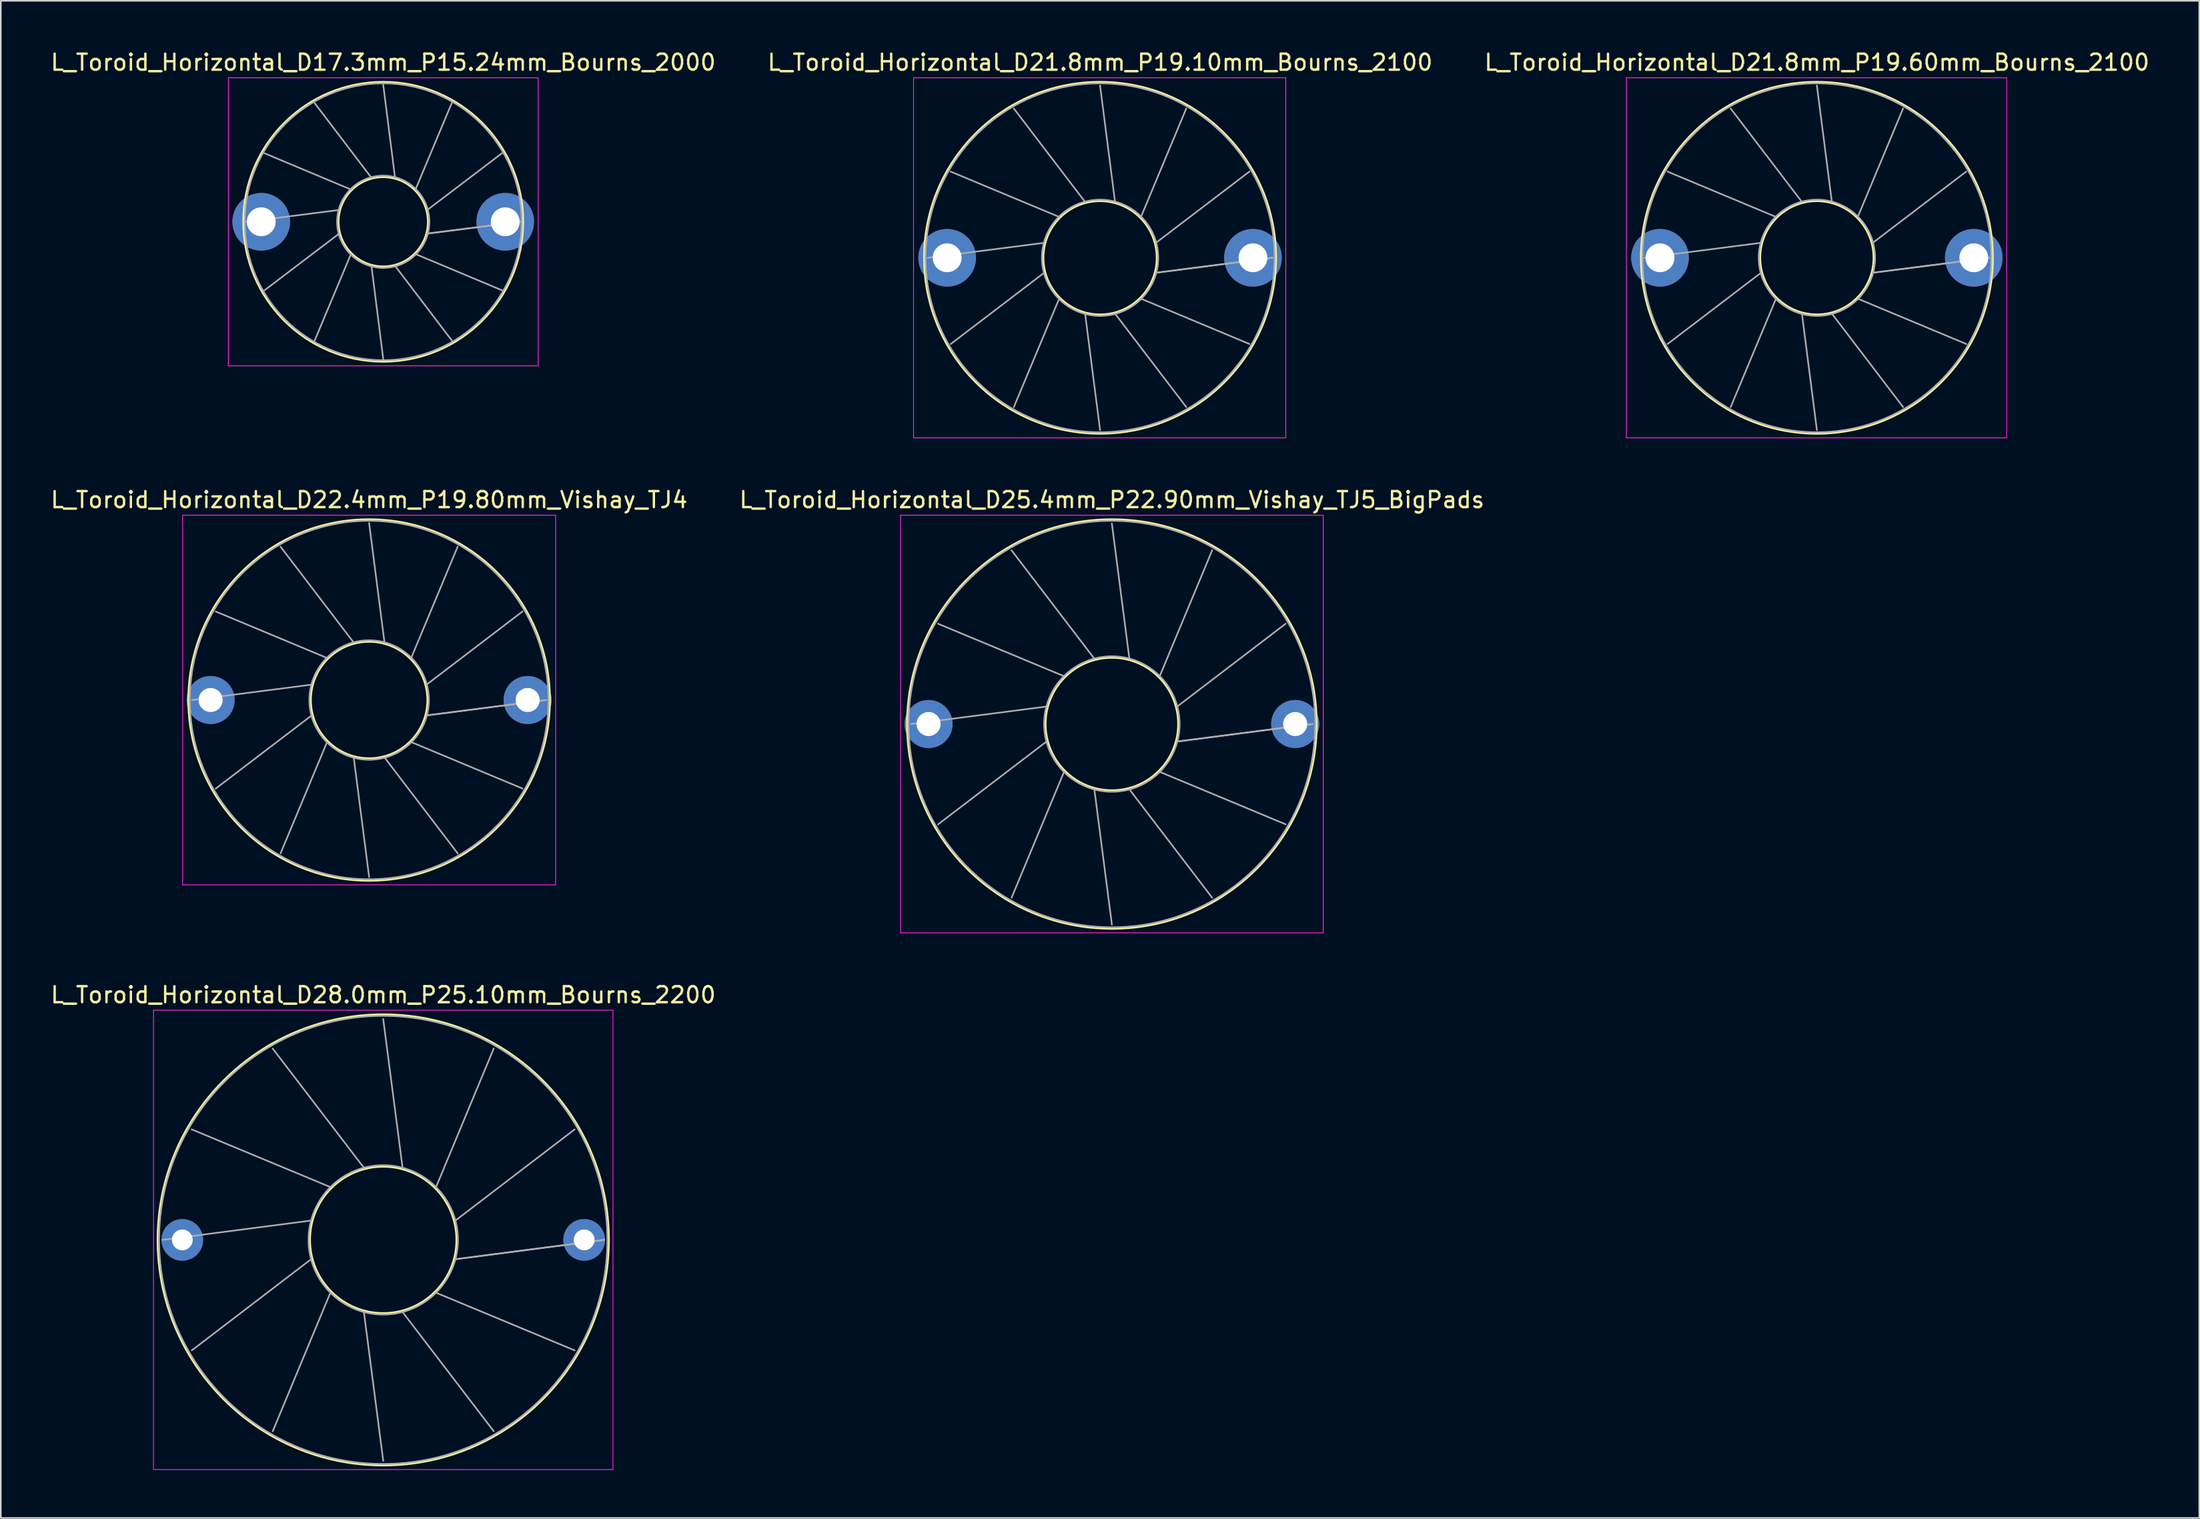
<source format=kicad_pcb>
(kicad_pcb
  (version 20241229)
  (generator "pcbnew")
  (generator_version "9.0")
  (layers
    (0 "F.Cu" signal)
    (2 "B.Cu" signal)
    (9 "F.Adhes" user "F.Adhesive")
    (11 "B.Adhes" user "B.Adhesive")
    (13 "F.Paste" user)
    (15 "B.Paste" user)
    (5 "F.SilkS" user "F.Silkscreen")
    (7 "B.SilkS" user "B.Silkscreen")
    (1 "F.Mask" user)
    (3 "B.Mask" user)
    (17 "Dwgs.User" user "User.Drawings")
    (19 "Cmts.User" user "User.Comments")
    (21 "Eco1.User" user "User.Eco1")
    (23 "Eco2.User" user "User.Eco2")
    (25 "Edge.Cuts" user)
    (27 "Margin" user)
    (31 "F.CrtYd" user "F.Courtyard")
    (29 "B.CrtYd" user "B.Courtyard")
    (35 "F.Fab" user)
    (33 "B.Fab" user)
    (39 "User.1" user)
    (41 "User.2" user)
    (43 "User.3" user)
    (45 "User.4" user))
  (footprint "L_Toroid_Horizontal_D25.4mm_P22.90mm_Vishay_TJ5_BigPads"
    (layer "F.Cu")
    (at 54.949 42.191)
    (property "Reference" "L_Toroid_Horizontal_D25.4mm_P22.90mm_Vishay_TJ5_BigPads" (at 11.45 -14.01 0) (layer "F.SilkS") (effects (font (size 1 1) (thickness 0.15))))
    (attr through_hole)
    (fp_circle (center 11.45 0) (end 15.593 0) (stroke (width 0.12) (type solid)) (fill no) (layer "F.SilkS"))
    (fp_circle (center 11.45 0) (end 24.24 0) (stroke (width 0.12) (type solid)) (fill no) (layer "F.SilkS"))
    (fp_line (start -1.75 -13.05) (end -1.75 13.05) (stroke (width 0.05) (type solid)) (layer "F.CrtYd"))
    (fp_line (start -1.75 13.05) (end 24.65 13.05) (stroke (width 0.05) (type solid)) (layer "F.CrtYd"))
    (fp_line (start 24.65 -13.05) (end -1.75 -13.05) (stroke (width 0.05) (type solid)) (layer "F.CrtYd"))
    (fp_line (start 24.65 13.05) (end 24.65 -13.05) (stroke (width 0.05) (type solid)) (layer "F.CrtYd"))
    (fp_line (start -1.084 0.001) (end 7.368 -1.093) (stroke (width 0.1) (type solid)) (layer "F.Fab"))
    (fp_line (start 0.594 -6.266) (end 8.461 -2.988) (stroke (width 0.1) (type solid)) (layer "F.Fab"))
    (fp_line (start 0.596 6.268) (end 7.368 1.094) (stroke (width 0.1) (type solid)) (layer "F.Fab"))
    (fp_line (start 5.182 -10.854) (end 10.356 -4.082) (stroke (width 0.1) (type solid)) (layer "F.Fab"))
    (fp_line (start 5.184 10.855) (end 8.462 2.989) (stroke (width 0.1) (type solid)) (layer "F.Fab"))
    (fp_line (start 11.448 -12.534) (end 12.543 -4.082) (stroke (width 0.1) (type solid)) (layer "F.Fab"))
    (fp_line (start 11.451 12.534) (end 10.356 4.082) (stroke (width 0.1) (type solid)) (layer "F.Fab"))
    (fp_line (start 17.715 -10.856) (end 14.438 -2.989) (stroke (width 0.1) (type solid)) (layer "F.Fab"))
    (fp_line (start 17.717 10.855) (end 12.544 4.082) (stroke (width 0.1) (type solid)) (layer "F.Fab"))
    (fp_line (start 22.304 -6.269) (end 15.532 -1.095) (stroke (width 0.1) (type solid)) (layer "F.Fab"))
    (fp_line (start 22.305 6.267) (end 14.438 2.988) (stroke (width 0.1) (type solid)) (layer "F.Fab"))
    (fp_line (start 23.984 -0.002) (end 15.532 1.093) (stroke (width 0.1) (type solid)) (layer "F.Fab"))
    (fp_line (start 23.984 0) (end 15.532 1.094) (stroke (width 0.1) (type solid)) (layer "F.Fab"))
    (fp_circle (center 11.45 0) (end 15.683 0) (stroke (width 0.1) (type solid)) (fill no) (layer "F.Fab"))
    (fp_circle (center 11.45 0) (end 24.15 0) (stroke (width 0.1) (type solid)) (fill no) (layer "F.Fab"))
    (pad "1" thru_hole circle (at 0 0) (size 3 3) (drill 1.5) (layers "*.Cu" "*.Mask"))
    (pad "2" thru_hole circle (at 22.9 0) (size 3 3) (drill 1.5) (layers "*.Cu" "*.Mask")))
  (footprint "L_Toroid_Horizontal_D21.8mm_P19.10mm_Bourns_2100"
    (layer "F.Cu")
    (at 56.111 13.058)
    (property "Reference" "L_Toroid_Horizontal_D21.8mm_P19.10mm_Bourns_2100" (at 9.55 -12.21 0) (layer "F.SilkS") (effects (font (size 1 1) (thickness 0.15))))
    (attr through_hole)
    (fp_circle (center 9.55 0) (end 13.093 0) (stroke (width 0.12) (type solid)) (fill no) (layer "F.SilkS"))
    (fp_circle (center 9.55 0) (end 20.54 0) (stroke (width 0.12) (type solid)) (fill no) (layer "F.SilkS"))
    (fp_line (start -2.1 -11.25) (end -2.1 11.25) (stroke (width 0.05) (type solid)) (layer "F.CrtYd"))
    (fp_line (start -2.1 11.25) (end 21.15 11.25) (stroke (width 0.05) (type solid)) (layer "F.CrtYd"))
    (fp_line (start 21.15 -11.25) (end -2.1 -11.25) (stroke (width 0.05) (type solid)) (layer "F.CrtYd"))
    (fp_line (start 21.15 11.25) (end 21.15 -11.25) (stroke (width 0.05) (type solid)) (layer "F.CrtYd"))
    (fp_line (start -1.22 0.001) (end 6.059 -0.935) (stroke (width 0.1) (type solid)) (layer "F.Fab"))
    (fp_line (start 0.222 -5.384) (end 6.994 -2.555) (stroke (width 0.1) (type solid)) (layer "F.Fab"))
    (fp_line (start 0.223 5.386) (end 6.059 0.936) (stroke (width 0.1) (type solid)) (layer "F.Fab"))
    (fp_line (start 4.164 -9.327) (end 8.614 -3.491) (stroke (width 0.1) (type solid)) (layer "F.Fab"))
    (fp_line (start 4.165 9.328) (end 6.995 2.556) (stroke (width 0.1) (type solid)) (layer "F.Fab"))
    (fp_line (start 9.549 -10.77) (end 10.485 -3.491) (stroke (width 0.1) (type solid)) (layer "F.Fab"))
    (fp_line (start 9.55 10.77) (end 8.615 3.491) (stroke (width 0.1) (type solid)) (layer "F.Fab"))
    (fp_line (start 14.934 -9.328) (end 12.105 -2.556) (stroke (width 0.1) (type solid)) (layer "F.Fab"))
    (fp_line (start 14.935 9.327) (end 10.486 3.491) (stroke (width 0.1) (type solid)) (layer "F.Fab"))
    (fp_line (start 18.876 -5.387) (end 13.041 -0.936) (stroke (width 0.1) (type solid)) (layer "F.Fab"))
    (fp_line (start 18.877 5.385) (end 12.106 2.556) (stroke (width 0.1) (type solid)) (layer "F.Fab"))
    (fp_line (start 20.32 -0.002) (end 13.041 0.935) (stroke (width 0.1) (type solid)) (layer "F.Fab"))
    (fp_line (start 20.32 0) (end 13.041 0.935) (stroke (width 0.1) (type solid)) (layer "F.Fab"))
    (fp_circle (center 9.55 0) (end 13.183 0) (stroke (width 0.1) (type solid)) (fill no) (layer "F.Fab"))
    (fp_circle (center 9.55 0) (end 20.45 0) (stroke (width 0.1) (type solid)) (fill no) (layer "F.Fab"))
    (pad "1" thru_hole circle (at 0 0) (size 3.6 3.6) (drill 1.8) (layers "*.Cu" "*.Mask"))
    (pad "2" thru_hole circle (at 19.1 0) (size 3.6 3.6) (drill 1.8) (layers "*.Cu" "*.Mask")))
  (footprint "L_Toroid_Horizontal_D28.0mm_P25.10mm_Bourns_2200"
    (layer "F.Cu")
    (at 8.337 74.425)
    (property "Reference" "L_Toroid_Horizontal_D28.0mm_P25.10mm_Bourns_2200" (at 12.55 -15.31 0) (layer "F.SilkS") (effects (font (size 1 1) (thickness 0.15))))
    (attr through_hole)
    (fp_circle (center 12.55 0) (end 17.127 0) (stroke (width 0.12) (type solid)) (fill no) (layer "F.SilkS"))
    (fp_circle (center 12.55 0) (end 26.64 0) (stroke (width 0.12) (type solid)) (fill no) (layer "F.SilkS"))
    (fp_line (start -1.8 -14.35) (end -1.8 14.35) (stroke (width 0.05) (type solid)) (layer "F.CrtYd"))
    (fp_line (start -1.8 14.35) (end 26.9 14.35) (stroke (width 0.05) (type solid)) (layer "F.CrtYd"))
    (fp_line (start 26.9 -14.35) (end -1.8 -14.35) (stroke (width 0.05) (type solid)) (layer "F.CrtYd"))
    (fp_line (start 26.9 14.35) (end 26.9 -14.35) (stroke (width 0.05) (type solid)) (layer "F.CrtYd"))
    (fp_line (start -1.258 0.001) (end 8.041 -1.208) (stroke (width 0.1) (type solid)) (layer "F.Fab"))
    (fp_line (start 0.591 -6.903) (end 9.249 -3.301) (stroke (width 0.1) (type solid)) (layer "F.Fab"))
    (fp_line (start 0.592 6.905) (end 8.041 1.209) (stroke (width 0.1) (type solid)) (layer "F.Fab"))
    (fp_line (start 5.644 -11.957) (end 11.341 -4.509) (stroke (width 0.1) (type solid)) (layer "F.Fab"))
    (fp_line (start 5.647 11.959) (end 9.249 3.301) (stroke (width 0.1) (type solid)) (layer "F.Fab"))
    (fp_line (start 12.548 -13.808) (end 13.758 -4.509) (stroke (width 0.1) (type solid)) (layer "F.Fab"))
    (fp_line (start 12.551 13.808) (end 11.342 4.509) (stroke (width 0.1) (type solid)) (layer "F.Fab"))
    (fp_line (start 19.452 -11.959) (end 15.85 -3.301) (stroke (width 0.1) (type solid)) (layer "F.Fab"))
    (fp_line (start 19.454 11.958) (end 13.758 4.509) (stroke (width 0.1) (type solid)) (layer "F.Fab"))
    (fp_line (start 24.507 -6.906) (end 17.059 -1.209) (stroke (width 0.1) (type solid)) (layer "F.Fab"))
    (fp_line (start 24.508 6.904) (end 15.851 3.301) (stroke (width 0.1) (type solid)) (layer "F.Fab"))
    (fp_line (start 26.358 -0.003) (end 17.059 1.207) (stroke (width 0.1) (type solid)) (layer "F.Fab"))
    (fp_line (start 26.358 0) (end 17.059 1.208) (stroke (width 0.1) (type solid)) (layer "F.Fab"))
    (fp_circle (center 12.55 0) (end 17.217 0) (stroke (width 0.1) (type solid)) (fill no) (layer "F.Fab"))
    (fp_circle (center 12.55 0) (end 26.55 0) (stroke (width 0.1) (type solid)) (fill no) (layer "F.Fab"))
    (pad "1" thru_hole circle (at 0 0) (size 2.6 2.6) (drill 1.3) (layers "*.Cu" "*.Mask"))
    (pad "2" thru_hole circle (at 25.1 0) (size 2.6 2.6) (drill 1.3) (layers "*.Cu" "*.Mask")))
  (footprint "L_Toroid_Horizontal_D17.3mm_P15.24mm_Bourns_2000"
    (layer "F.Cu")
    (at 13.267 10.808)
    (property "Reference" "L_Toroid_Horizontal_D17.3mm_P15.24mm_Bourns_2000" (at 7.62 -9.96 0) (layer "F.SilkS") (effects (font (size 1 1) (thickness 0.15))))
    (attr through_hole)
    (fp_circle (center 7.62 0) (end 10.413 0) (stroke (width 0.12) (type solid)) (fill no) (layer "F.SilkS"))
    (fp_circle (center 7.62 0) (end 16.36 0) (stroke (width 0.12) (type solid)) (fill no) (layer "F.SilkS"))
    (fp_line (start -2.05 -9) (end -2.05 9) (stroke (width 0.05) (type solid)) (layer "F.CrtYd"))
    (fp_line (start -2.05 9) (end 17.3 9) (stroke (width 0.05) (type solid)) (layer "F.CrtYd"))
    (fp_line (start 17.3 -9) (end -2.05 -9) (stroke (width 0.05) (type solid)) (layer "F.CrtYd"))
    (fp_line (start 17.3 9) (end 17.3 -9) (stroke (width 0.05) (type solid)) (layer "F.CrtYd"))
    (fp_line (start -0.945 0.001) (end 4.868 -0.737) (stroke (width 0.1) (type solid)) (layer "F.Fab"))
    (fp_line (start 0.202 -4.282) (end 5.605 -2.014) (stroke (width 0.1) (type solid)) (layer "F.Fab"))
    (fp_line (start 0.203 4.283) (end 4.868 0.738) (stroke (width 0.1) (type solid)) (layer "F.Fab"))
    (fp_line (start 3.336 -7.417) (end 6.882 -2.752) (stroke (width 0.1) (type solid)) (layer "F.Fab"))
    (fp_line (start 3.338 7.418) (end 5.605 2.015) (stroke (width 0.1) (type solid)) (layer "F.Fab"))
    (fp_line (start 7.619 -8.565) (end 8.357 -2.752) (stroke (width 0.1) (type solid)) (layer "F.Fab"))
    (fp_line (start 7.62 8.565) (end 6.883 2.752) (stroke (width 0.1) (type solid)) (layer "F.Fab"))
    (fp_line (start 11.901 -7.418) (end 9.634 -2.015) (stroke (width 0.1) (type solid)) (layer "F.Fab"))
    (fp_line (start 11.903 7.418) (end 8.358 2.752) (stroke (width 0.1) (type solid)) (layer "F.Fab"))
    (fp_line (start 15.037 -4.284) (end 10.372 -0.738) (stroke (width 0.1) (type solid)) (layer "F.Fab"))
    (fp_line (start 15.038 4.282) (end 9.635 2.015) (stroke (width 0.1) (type solid)) (layer "F.Fab"))
    (fp_line (start 16.185 -0.002) (end 10.372 0.737) (stroke (width 0.1) (type solid)) (layer "F.Fab"))
    (fp_line (start 16.185 0) (end 10.372 0.737) (stroke (width 0.1) (type solid)) (layer "F.Fab"))
    (fp_circle (center 7.62 0) (end 10.503 0) (stroke (width 0.1) (type solid)) (fill no) (layer "F.Fab"))
    (fp_circle (center 7.62 0) (end 16.27 0) (stroke (width 0.1) (type solid)) (fill no) (layer "F.Fab"))
    (pad "1" thru_hole circle (at 0 0) (size 3.6 3.6) (drill 1.8) (layers "*.Cu" "*.Mask"))
    (pad "2" thru_hole circle (at 15.24 0) (size 3.6 3.6) (drill 1.8) (layers "*.Cu" "*.Mask")))
  (footprint "L_Toroid_Horizontal_D22.4mm_P19.80mm_Vishay_TJ4"
    (layer "F.Cu")
    (at 10.106 40.691)
    (property "Reference" "L_Toroid_Horizontal_D22.4mm_P19.80mm_Vishay_TJ4" (at 9.9 -12.51 0) (layer "F.SilkS") (effects (font (size 1 1) (thickness 0.15))))
    (attr through_hole)
    (fp_circle (center 9.9 0) (end 13.543 0) (stroke (width 0.12) (type solid)) (fill no) (layer "F.SilkS"))
    (fp_circle (center 9.9 0) (end 21.19 0) (stroke (width 0.12) (type solid)) (fill no) (layer "F.SilkS"))
    (fp_line (start -1.75 -11.55) (end -1.75 11.55) (stroke (width 0.05) (type solid)) (layer "F.CrtYd"))
    (fp_line (start -1.75 11.55) (end 21.55 11.55) (stroke (width 0.05) (type solid)) (layer "F.CrtYd"))
    (fp_line (start 21.55 -11.55) (end -1.75 -11.55) (stroke (width 0.05) (type solid)) (layer "F.CrtYd"))
    (fp_line (start 21.55 11.55) (end 21.55 -11.55) (stroke (width 0.05) (type solid)) (layer "F.CrtYd"))
    (fp_line (start -1.164 0.001) (end 6.31 -0.961) (stroke (width 0.1) (type solid)) (layer "F.Fab"))
    (fp_line (start 0.318 -5.531) (end 7.272 -2.627) (stroke (width 0.1) (type solid)) (layer "F.Fab"))
    (fp_line (start 0.319 5.533) (end 6.311 0.962) (stroke (width 0.1) (type solid)) (layer "F.Fab"))
    (fp_line (start 4.367 -9.581) (end 8.938 -3.589) (stroke (width 0.1) (type solid)) (layer "F.Fab"))
    (fp_line (start 4.368 9.582) (end 7.272 2.628) (stroke (width 0.1) (type solid)) (layer "F.Fab"))
    (fp_line (start 9.898 -11.064) (end 10.861 -3.59) (stroke (width 0.1) (type solid)) (layer "F.Fab"))
    (fp_line (start 9.901 11.064) (end 8.938 3.59) (stroke (width 0.1) (type solid)) (layer "F.Fab"))
    (fp_line (start 15.431 -9.583) (end 12.527 -2.628) (stroke (width 0.1) (type solid)) (layer "F.Fab"))
    (fp_line (start 15.432 9.582) (end 10.862 3.59) (stroke (width 0.1) (type solid)) (layer "F.Fab"))
    (fp_line (start 19.481 -5.534) (end 13.489 -0.962) (stroke (width 0.1) (type solid)) (layer "F.Fab"))
    (fp_line (start 19.482 5.532) (end 12.528 2.628) (stroke (width 0.1) (type solid)) (layer "F.Fab"))
    (fp_line (start 20.964 -0.002) (end 13.49 0.961) (stroke (width 0.1) (type solid)) (layer "F.Fab"))
    (fp_line (start 20.964 0) (end 13.49 0.962) (stroke (width 0.1) (type solid)) (layer "F.Fab"))
    (fp_circle (center 9.9 0) (end 13.633 0) (stroke (width 0.1) (type solid)) (fill no) (layer "F.Fab"))
    (fp_circle (center 9.9 0) (end 21.1 0) (stroke (width 0.1) (type solid)) (fill no) (layer "F.Fab"))
    (pad "1" thru_hole circle (at 0 0) (size 3 3) (drill 1.5) (layers "*.Cu" "*.Mask"))
    (pad "2" thru_hole circle (at 19.8 0) (size 3 3) (drill 1.5) (layers "*.Cu" "*.Mask")))
  (footprint "L_Toroid_Horizontal_D21.8mm_P19.60mm_Bourns_2100"
    (layer "F.Cu")
    (at 100.635 13.058)
    (property "Reference" "L_Toroid_Horizontal_D21.8mm_P19.60mm_Bourns_2100" (at 9.8 -12.21 0) (layer "F.SilkS") (effects (font (size 1 1) (thickness 0.15))))
    (attr through_hole)
    (fp_circle (center 9.8 0) (end 13.343 0) (stroke (width 0.12) (type solid)) (fill no) (layer "F.SilkS"))
    (fp_circle (center 9.8 0) (end 20.79 0) (stroke (width 0.12) (type solid)) (fill no) (layer "F.SilkS"))
    (fp_line (start -2.1 -11.25) (end -2.1 11.25) (stroke (width 0.05) (type solid)) (layer "F.CrtYd"))
    (fp_line (start -2.1 11.25) (end 21.65 11.25) (stroke (width 0.05) (type solid)) (layer "F.CrtYd"))
    (fp_line (start 21.65 -11.25) (end -2.1 -11.25) (stroke (width 0.05) (type solid)) (layer "F.CrtYd"))
    (fp_line (start 21.65 11.25) (end 21.65 -11.25) (stroke (width 0.05) (type solid)) (layer "F.CrtYd"))
    (fp_line (start -0.97 0.001) (end 6.309 -0.935) (stroke (width 0.1) (type solid)) (layer "F.Fab"))
    (fp_line (start 0.472 -5.384) (end 7.244 -2.555) (stroke (width 0.1) (type solid)) (layer "F.Fab"))
    (fp_line (start 0.473 5.386) (end 6.309 0.936) (stroke (width 0.1) (type solid)) (layer "F.Fab"))
    (fp_line (start 4.414 -9.327) (end 8.864 -3.491) (stroke (width 0.1) (type solid)) (layer "F.Fab"))
    (fp_line (start 4.415 9.328) (end 7.245 2.556) (stroke (width 0.1) (type solid)) (layer "F.Fab"))
    (fp_line (start 9.799 -10.77) (end 10.735 -3.491) (stroke (width 0.1) (type solid)) (layer "F.Fab"))
    (fp_line (start 9.8 10.77) (end 8.865 3.491) (stroke (width 0.1) (type solid)) (layer "F.Fab"))
    (fp_line (start 15.184 -9.328) (end 12.355 -2.556) (stroke (width 0.1) (type solid)) (layer "F.Fab"))
    (fp_line (start 15.185 9.327) (end 10.736 3.491) (stroke (width 0.1) (type solid)) (layer "F.Fab"))
    (fp_line (start 19.126 -5.387) (end 13.291 -0.936) (stroke (width 0.1) (type solid)) (layer "F.Fab"))
    (fp_line (start 19.127 5.385) (end 12.356 2.556) (stroke (width 0.1) (type solid)) (layer "F.Fab"))
    (fp_line (start 20.57 -0.002) (end 13.291 0.935) (stroke (width 0.1) (type solid)) (layer "F.Fab"))
    (fp_line (start 20.57 0) (end 13.291 0.935) (stroke (width 0.1) (type solid)) (layer "F.Fab"))
    (fp_circle (center 9.8 0) (end 13.433 0) (stroke (width 0.1) (type solid)) (fill no) (layer "F.Fab"))
    (fp_circle (center 9.8 0) (end 20.7 0) (stroke (width 0.1) (type solid)) (fill no) (layer "F.Fab"))
    (pad "1" thru_hole circle (at 0 0) (size 3.6 3.6) (drill 1.8) (layers "*.Cu" "*.Mask"))
    (pad "2" thru_hole circle (at 19.6 0) (size 3.6 3.6) (drill 1.8) (layers "*.Cu" "*.Mask")))
  (gr_rect
    (start -3 -3)
    (end 134.321 91.8)
    (stroke (width 0.1) (type default))
    (fill no)
    (layer "Edge.Cuts")))
</source>
